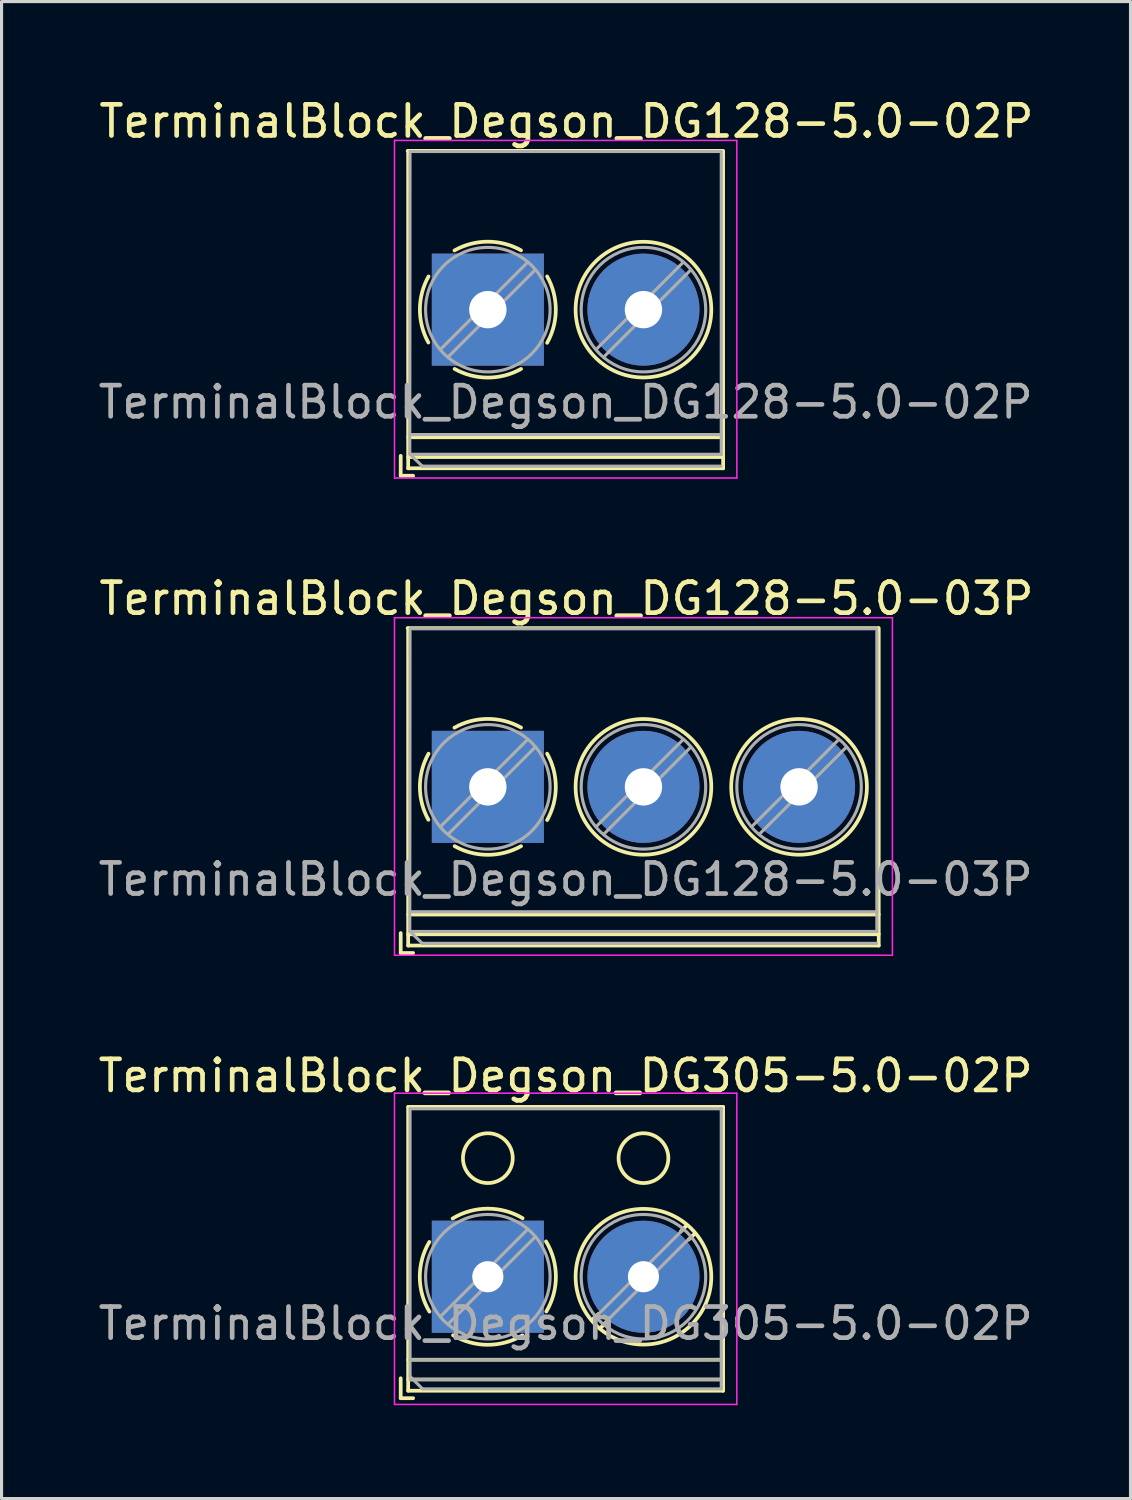
<source format=kicad_pcb>
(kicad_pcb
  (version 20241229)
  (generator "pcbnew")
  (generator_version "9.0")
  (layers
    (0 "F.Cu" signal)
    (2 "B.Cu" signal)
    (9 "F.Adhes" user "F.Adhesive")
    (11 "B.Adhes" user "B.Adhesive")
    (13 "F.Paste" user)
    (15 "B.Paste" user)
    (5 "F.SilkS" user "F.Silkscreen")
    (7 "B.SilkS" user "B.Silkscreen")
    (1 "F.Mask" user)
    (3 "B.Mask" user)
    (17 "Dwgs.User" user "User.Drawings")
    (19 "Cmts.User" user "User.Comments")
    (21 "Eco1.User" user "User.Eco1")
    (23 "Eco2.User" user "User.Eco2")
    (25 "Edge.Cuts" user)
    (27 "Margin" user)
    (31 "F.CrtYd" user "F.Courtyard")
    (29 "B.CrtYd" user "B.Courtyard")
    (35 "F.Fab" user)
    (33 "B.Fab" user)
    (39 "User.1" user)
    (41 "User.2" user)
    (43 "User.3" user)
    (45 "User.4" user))
  (footprint "TerminalBlock_Degson_DG305-5.0-02P"
    (layer "F.Cu")
    (at 12.625 37.973)
    (property "Reference" "TerminalBlock_Degson_DG305-5.0-02P" (at 2.5 -6.457 0) (layer "F.SilkS") (effects (font (size 1 1) (thickness 0.15))))
    (attr through_hole)
    (fp_line (start -2.8 3.263) (end -2.8 3.903) (stroke (width 0.12) (type solid)) (layer "F.SilkS"))
    (fp_line (start -2.8 3.903) (end -2.4 3.903) (stroke (width 0.12) (type solid)) (layer "F.SilkS"))
    (fp_line (start -2.56 -5.457) (end -2.56 3.663) (stroke (width 0.12) (type solid)) (layer "F.SilkS"))
    (fp_line (start -2.56 -5.457) (end 7.56 -5.457) (stroke (width 0.12) (type solid)) (layer "F.SilkS"))
    (fp_line (start -2.56 2.667) (end 7.56 2.667) (stroke (width 0.12) (type solid)) (layer "F.SilkS"))
    (fp_line (start -2.56 3.302) (end 7.56 3.302) (stroke (width 0.12) (type solid)) (layer "F.SilkS"))
    (fp_line (start -2.56 3.663) (end 7.56 3.663) (stroke (width 0.12) (type solid)) (layer "F.SilkS"))
    (fp_line (start 3.556 1.194) (end 3.347 1.388) (stroke (width 0.12) (type solid)) (layer "F.SilkS"))
    (fp_line (start 3.81 1.448) (end 3.613 1.654) (stroke (width 0.12) (type solid)) (layer "F.SilkS"))
    (fp_line (start 6.388 -1.65) (end 6.198 -1.448) (stroke (width 0.12) (type solid)) (layer "F.SilkS"))
    (fp_line (start 6.654 -1.388) (end 6.452 -1.194) (stroke (width 0.12) (type solid)) (layer "F.SilkS"))
    (fp_line (start 7.56 -5.457) (end 7.56 3.663) (stroke (width 0.12) (type solid)) (layer "F.SilkS"))
    (fp_arc (start -1.877077 1.121829) (mid -2.186758 0.002462) (end -1.879599 -1.117599) (stroke (width 0.12) (type solid)) (layer "F.SilkS"))
    (fp_arc (start -1.131642 -1.871178) (mid -0.008187 -2.186745) (end 1.117599 -1.879599) (stroke (width 0.12) (type solid)) (layer "F.SilkS"))
    (fp_arc (start 1.108698 1.884863) (mid -0.005171 2.186754) (end -1.117599 1.879599) (stroke (width 0.12) (type solid)) (layer "F.SilkS"))
    (fp_arc (start 1.8692 -1.134906) (mid 2.186737 -0.010095) (end 1.879599 1.117599) (stroke (width 0.12) (type solid)) (layer "F.SilkS"))
    (fp_circle (center 0 -3.81) (end 0.8 -3.81) (stroke (width 0.12) (type solid)) (fill no) (layer "F.SilkS"))
    (fp_circle (center 5 -3.81) (end 5.8 -3.81) (stroke (width 0.12) (type solid)) (fill no) (layer "F.SilkS"))
    (fp_circle (center 5 0) (end 7.18 0) (stroke (width 0.12) (type solid)) (fill no) (layer "F.SilkS"))
    (fp_line (start -3 -5.897) (end -3 4.103) (stroke (width 0.05) (type solid)) (layer "F.CrtYd"))
    (fp_line (start -3 4.103) (end 8 4.103) (stroke (width 0.05) (type solid)) (layer "F.CrtYd"))
    (fp_line (start 8 -5.897) (end -3 -5.897) (stroke (width 0.05) (type solid)) (layer "F.CrtYd"))
    (fp_line (start 8 4.103) (end 8 -5.897) (stroke (width 0.05) (type solid)) (layer "F.CrtYd"))
    (fp_line (start -2.5 -5.397) (end 7.5 -5.397) (stroke (width 0.1) (type solid)) (layer "F.Fab"))
    (fp_line (start -2.5 2.667) (end 7.5 2.667) (stroke (width 0.1) (type solid)) (layer "F.Fab"))
    (fp_line (start -2.5 3.203) (end -2.5 -5.397) (stroke (width 0.1) (type solid)) (layer "F.Fab"))
    (fp_line (start -2.5 3.302) (end 7.5 3.302) (stroke (width 0.1) (type solid)) (layer "F.Fab"))
    (fp_line (start -2.1 3.603) (end -2.5 3.203) (stroke (width 0.1) (type solid)) (layer "F.Fab"))
    (fp_line (start 1.273 -1.517) (end -1.517 1.273) (stroke (width 0.1) (type solid)) (layer "F.Fab"))
    (fp_line (start 1.517 -1.273) (end -1.273 1.517) (stroke (width 0.1) (type solid)) (layer "F.Fab"))
    (fp_line (start 6.273 -1.517) (end 3.484 1.273) (stroke (width 0.1) (type solid)) (layer "F.Fab"))
    (fp_line (start 6.517 -1.273) (end 3.728 1.517) (stroke (width 0.1) (type solid)) (layer "F.Fab"))
    (fp_line (start 7.5 -5.397) (end 7.5 3.603) (stroke (width 0.1) (type solid)) (layer "F.Fab"))
    (fp_line (start 7.5 3.603) (end -2.1 3.603) (stroke (width 0.1) (type solid)) (layer "F.Fab"))
    (fp_circle (center 0 0) (end 2 0) (stroke (width 0.1) (type solid)) (fill no) (layer "F.Fab"))
    (fp_circle (center 5 0) (end 7 0) (stroke (width 0.1) (type solid)) (fill no) (layer "F.Fab"))
    (fp_text user "${REFERENCE}" (at 2.5 1.503 0) (layer "F.Fab") (effects (font (size 1 1) (thickness 0.15))))
    (pad "1" thru_hole rect (at 0 0) (size 3.6 3.6) (drill 1) (layers "*.Cu" "*.Mask"))
    (pad "2" thru_hole circle (at 5 0) (size 3.6 3.6) (drill 1) (layers "*.Cu" "*.Mask")))
  (footprint "TerminalBlock_Degson_DG128-5.0-03P"
    (layer "F.Cu")
    (at 12.625 22.233)
    (property "Reference" "TerminalBlock_Degson_DG128-5.0-03P" (at 2.525 -6.051 0) (layer "F.SilkS") (effects (font (size 1 1) (thickness 0.15))))
    (attr through_hole)
    (fp_line (start -2.8 4.698) (end -2.8 5.338) (stroke (width 0.12) (type solid)) (layer "F.SilkS"))
    (fp_line (start -2.8 5.338) (end -2.4 5.338) (stroke (width 0.12) (type solid)) (layer "F.SilkS"))
    (fp_line (start -2.576 -5.101) (end 12.544 -5.101) (stroke (width 0.12) (type solid)) (layer "F.SilkS"))
    (fp_line (start -2.56 -5.1) (end -2.56 5.1) (stroke (width 0.12) (type solid)) (layer "F.SilkS"))
    (fp_line (start -2.56 4.102) (end 12.56 4.102) (stroke (width 0.12) (type solid)) (layer "F.SilkS"))
    (fp_line (start -2.56 4.737) (end 12.56 4.737) (stroke (width 0.12) (type solid)) (layer "F.SilkS"))
    (fp_line (start -2.56 5.098) (end 12.56 5.098) (stroke (width 0.12) (type solid)) (layer "F.SilkS"))
    (fp_line (start 12.56 -5.1) (end 12.56 5.1) (stroke (width 0.12) (type solid)) (layer "F.SilkS"))
    (fp_arc (start -1.910515 1.056889) (mid -2.183357 -0.005671) (end -1.904999 -1.066799) (stroke (width 0.12) (type solid)) (layer "F.SilkS"))
    (fp_arc (start -1.073521 -1.901219) (mid -0.003856 -2.183361) (end 1.066799 -1.904999) (stroke (width 0.12) (type solid)) (layer "F.SilkS"))
    (fp_arc (start 1.066878 1.904955) (mid 0.000045 2.183365) (end -1.066799 1.904999) (stroke (width 0.12) (type solid)) (layer "F.SilkS"))
    (fp_arc (start 1.904955 -1.066878) (mid 2.183365 -0.000045) (end 1.904999 1.066799) (stroke (width 0.12) (type solid)) (layer "F.SilkS"))
    (fp_circle (center 5 0) (end 7.18 0) (stroke (width 0.12) (type solid)) (fill no) (layer "F.SilkS"))
    (fp_circle (center 10 0) (end 12.18 0) (stroke (width 0.12) (type solid)) (fill no) (layer "F.SilkS"))
    (fp_line (start -3 -5.436) (end -2.999 5.41) (stroke (width 0.05) (type solid)) (layer "F.CrtYd"))
    (fp_line (start -2.999 5.41) (end 13 5.41) (stroke (width 0.05) (type solid)) (layer "F.CrtYd"))
    (fp_line (start 13 -5.436) (end -3 -5.436) (stroke (width 0.05) (type solid)) (layer "F.CrtYd"))
    (fp_line (start 13 5.41) (end 13 -5.436) (stroke (width 0.05) (type solid)) (layer "F.CrtYd"))
    (fp_line (start -2.508 4.629) (end -2.5 -5) (stroke (width 0.1) (type solid)) (layer "F.Fab"))
    (fp_line (start -2.5 -5.08) (end 12.5 -5.08) (stroke (width 0.1) (type solid)) (layer "F.Fab"))
    (fp_line (start -2.5 4.013) (end 12.5 4.013) (stroke (width 0.1) (type solid)) (layer "F.Fab"))
    (fp_line (start -2.5 4.648) (end 12.5 4.648) (stroke (width 0.1) (type solid)) (layer "F.Fab"))
    (fp_line (start -2.108 5.029) (end -2.5 4.648) (stroke (width 0.1) (type solid)) (layer "F.Fab"))
    (fp_line (start 1.273 -1.517) (end -1.517 1.273) (stroke (width 0.1) (type solid)) (layer "F.Fab"))
    (fp_line (start 1.517 -1.273) (end -1.273 1.517) (stroke (width 0.1) (type solid)) (layer "F.Fab"))
    (fp_line (start 6.273 -1.517) (end 3.484 1.273) (stroke (width 0.1) (type solid)) (layer "F.Fab"))
    (fp_line (start 6.517 -1.273) (end 3.728 1.517) (stroke (width 0.1) (type solid)) (layer "F.Fab"))
    (fp_line (start 11.273 -1.517) (end 8.484 1.273) (stroke (width 0.1) (type solid)) (layer "F.Fab"))
    (fp_line (start 11.517 -1.273) (end 8.728 1.517) (stroke (width 0.1) (type solid)) (layer "F.Fab"))
    (fp_line (start 12.492 5.029) (end -2.108 5.029) (stroke (width 0.1) (type solid)) (layer "F.Fab"))
    (fp_line (start 12.5 -5) (end 12.5 4.648) (stroke (width 0.1) (type solid)) (layer "F.Fab"))
    (fp_circle (center 0 0) (end 2 0) (stroke (width 0.1) (type solid)) (fill no) (layer "F.Fab"))
    (fp_circle (center 5 0) (end 7 0) (stroke (width 0.1) (type solid)) (fill no) (layer "F.Fab"))
    (fp_circle (center 10 0) (end 12 0) (stroke (width 0.1) (type solid)) (fill no) (layer "F.Fab"))
    (fp_text user "${REFERENCE}" (at 2.5 2.972 0) (layer "F.Fab") (effects (font (size 1 1) (thickness 0.15))))
    (pad "1" thru_hole rect (at 0 0) (size 3.6 3.6) (drill 1.2) (layers "*.Cu" "*.Mask"))
    (pad "2" thru_hole circle (at 5 0) (size 3.6 3.6) (drill 1.2) (layers "*.Cu" "*.Mask"))
    (pad "3" thru_hole circle (at 10 0) (size 3.6 3.6) (drill 1.2) (layers "*.Cu" "*.Mask")))
  (footprint "TerminalBlock_Degson_DG128-5.0-02P"
    (layer "F.Cu")
    (at 12.625 6.899)
    (property "Reference" "TerminalBlock_Degson_DG128-5.0-02P" (at 2.525 -6.051 0) (layer "F.SilkS") (effects (font (size 1 1) (thickness 0.15))))
    (attr through_hole)
    (fp_line (start -2.8 4.698) (end -2.8 5.338) (stroke (width 0.12) (type solid)) (layer "F.SilkS"))
    (fp_line (start -2.8 5.338) (end -2.4 5.338) (stroke (width 0.12) (type solid)) (layer "F.SilkS"))
    (fp_line (start -2.576 -5.101) (end 7.544 -5.101) (stroke (width 0.12) (type solid)) (layer "F.SilkS"))
    (fp_line (start -2.56 -5.1) (end -2.56 5.1) (stroke (width 0.12) (type solid)) (layer "F.SilkS"))
    (fp_line (start -2.56 4.102) (end 7.56 4.102) (stroke (width 0.12) (type solid)) (layer "F.SilkS"))
    (fp_line (start -2.56 4.737) (end 7.56 4.737) (stroke (width 0.12) (type solid)) (layer "F.SilkS"))
    (fp_line (start -2.56 5.098) (end 7.56 5.098) (stroke (width 0.12) (type solid)) (layer "F.SilkS"))
    (fp_line (start 7.56 -5.1) (end 7.56 5.1) (stroke (width 0.12) (type solid)) (layer "F.SilkS"))
    (fp_arc (start -1.910515 1.056889) (mid -2.183357 -0.005671) (end -1.904999 -1.066799) (stroke (width 0.12) (type solid)) (layer "F.SilkS"))
    (fp_arc (start -1.073521 -1.901219) (mid -0.003856 -2.183361) (end 1.066799 -1.904999) (stroke (width 0.12) (type solid)) (layer "F.SilkS"))
    (fp_arc (start 1.066878 1.904955) (mid 0.000045 2.183365) (end -1.066799 1.904999) (stroke (width 0.12) (type solid)) (layer "F.SilkS"))
    (fp_arc (start 1.904955 -1.066878) (mid 2.183365 -0.000045) (end 1.904999 1.066799) (stroke (width 0.12) (type solid)) (layer "F.SilkS"))
    (fp_circle (center 5 0) (end 7.18 0) (stroke (width 0.12) (type solid)) (fill no) (layer "F.SilkS"))
    (fp_line (start -3 -5.436) (end -2.999 5.41) (stroke (width 0.05) (type solid)) (layer "F.CrtYd"))
    (fp_line (start -2.999 5.41) (end 8.001 5.41) (stroke (width 0.05) (type solid)) (layer "F.CrtYd"))
    (fp_line (start 8 -5.436) (end -3 -5.436) (stroke (width 0.05) (type solid)) (layer "F.CrtYd"))
    (fp_line (start 8.001 5.41) (end 8 -5.436) (stroke (width 0.05) (type solid)) (layer "F.CrtYd"))
    (fp_line (start -2.508 4.629) (end -2.5 -5) (stroke (width 0.1) (type solid)) (layer "F.Fab"))
    (fp_line (start -2.5 -5.08) (end 7.5 -5.08) (stroke (width 0.1) (type solid)) (layer "F.Fab"))
    (fp_line (start -2.5 4.013) (end 7.5 4.013) (stroke (width 0.1) (type solid)) (layer "F.Fab"))
    (fp_line (start -2.5 4.648) (end 7.5 4.648) (stroke (width 0.1) (type solid)) (layer "F.Fab"))
    (fp_line (start -2.108 5.029) (end -2.5 4.648) (stroke (width 0.1) (type solid)) (layer "F.Fab"))
    (fp_line (start 1.273 -1.517) (end -1.517 1.273) (stroke (width 0.1) (type solid)) (layer "F.Fab"))
    (fp_line (start 1.517 -1.273) (end -1.273 1.517) (stroke (width 0.1) (type solid)) (layer "F.Fab"))
    (fp_line (start 6.273 -1.517) (end 3.484 1.273) (stroke (width 0.1) (type solid)) (layer "F.Fab"))
    (fp_line (start 6.517 -1.273) (end 3.728 1.517) (stroke (width 0.1) (type solid)) (layer "F.Fab"))
    (fp_line (start 7.492 5.029) (end -2.108 5.029) (stroke (width 0.1) (type solid)) (layer "F.Fab"))
    (fp_line (start 7.5 -5) (end 7.5 4.648) (stroke (width 0.1) (type solid)) (layer "F.Fab"))
    (fp_circle (center 0 0) (end 2 0) (stroke (width 0.1) (type solid)) (fill no) (layer "F.Fab"))
    (fp_circle (center 5 0) (end 7 0) (stroke (width 0.1) (type solid)) (fill no) (layer "F.Fab"))
    (fp_text user "${REFERENCE}" (at 2.5 2.972 0) (layer "F.Fab") (effects (font (size 1 1) (thickness 0.15))))
    (pad "1" thru_hole rect (at 0 0) (size 3.6 3.6) (drill 1.2) (layers "*.Cu" "*.Mask"))
    (pad "2" thru_hole circle (at 5 0) (size 3.6 3.6) (drill 1.2) (layers "*.Cu" "*.Mask")))
  (gr_rect
    (start -3 -3)
    (end 33.275 45.101)
    (stroke (width 0.1) (type default))
    (fill no)
    (layer "Edge.Cuts")))
</source>
